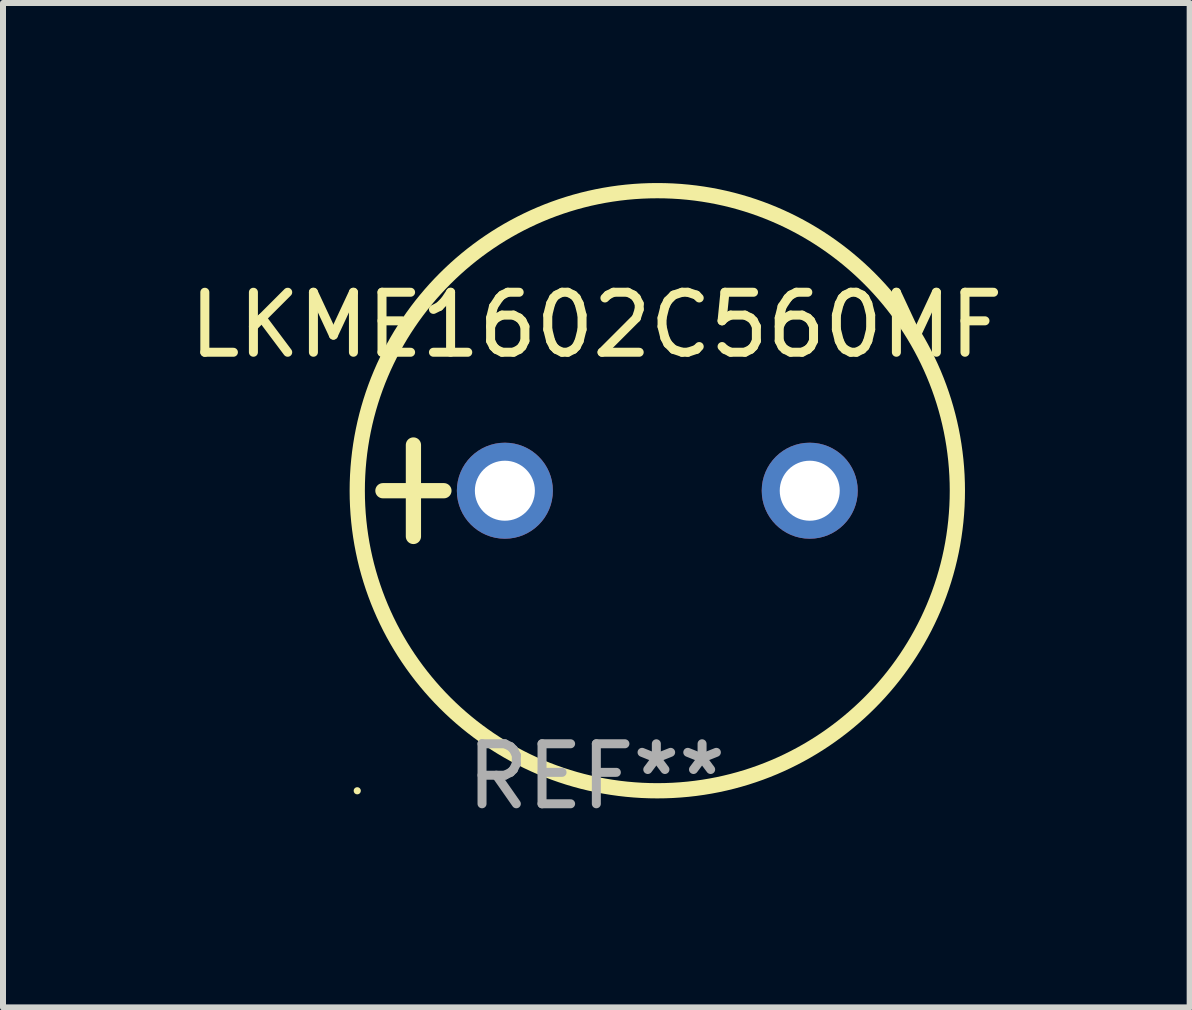
<source format=kicad_pcb>
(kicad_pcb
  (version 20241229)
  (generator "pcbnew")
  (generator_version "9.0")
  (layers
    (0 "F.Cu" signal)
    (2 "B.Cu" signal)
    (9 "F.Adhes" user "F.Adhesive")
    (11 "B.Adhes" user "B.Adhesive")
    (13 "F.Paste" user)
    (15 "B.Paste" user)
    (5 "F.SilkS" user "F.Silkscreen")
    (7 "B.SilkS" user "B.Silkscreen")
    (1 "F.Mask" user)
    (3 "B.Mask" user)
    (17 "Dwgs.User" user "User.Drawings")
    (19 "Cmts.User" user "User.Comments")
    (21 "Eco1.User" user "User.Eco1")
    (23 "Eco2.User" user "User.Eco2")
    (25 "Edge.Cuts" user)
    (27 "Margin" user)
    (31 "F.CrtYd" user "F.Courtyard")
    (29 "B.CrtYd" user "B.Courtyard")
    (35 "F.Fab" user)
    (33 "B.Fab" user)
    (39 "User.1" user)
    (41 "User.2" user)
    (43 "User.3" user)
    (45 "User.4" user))
  (footprint "LKME1602C560MF"
    (layer "F.Cu")
    (at 6.887 5.127)
    (property "Reference" "LKME1602C560MF" (at 0 -2.762 0) (layer "F.SilkS") (effects (font (size 1 1) (thickness 0.15))))
    (attr through_hole)
    (fp_line (start -3.556 0) (end -2.54 0) (stroke (width 0.254) (type solid)) (layer "F.SilkS"))
    (fp_line (start -3.048 -0.762) (end -3.048 0.762) (stroke (width 0.254) (type solid)) (layer "F.SilkS"))
    (fp_circle (center -3.984 5) (end -3.954 5) (stroke (width 0.06) (type solid)) (fill no) (layer "F.SilkS"))
    (fp_circle (center 1.016 0) (end 6.016 0) (stroke (width 0.254) (type solid)) (fill no) (layer "F.SilkS"))
    (fp_text user "REF**" (at 0 4.762 0) (layer "F.Fab") (effects (font (size 1 1) (thickness 0.15))))
    (pad "1" thru_hole circle (at -1.524 0) (size 1.6 1.6) (drill 1) (layers "*.Cu" "*.Mask"))
    (pad "2" thru_hole circle (at 3.556 0) (size 1.6 1.6) (drill 1) (layers "*.Cu" "*.Mask")))
  (gr_rect
    (start -3 -3)
    (end 16.774 13.737)
    (stroke (width 0.1) (type default))
    (fill no)
    (layer "Edge.Cuts")))
</source>
